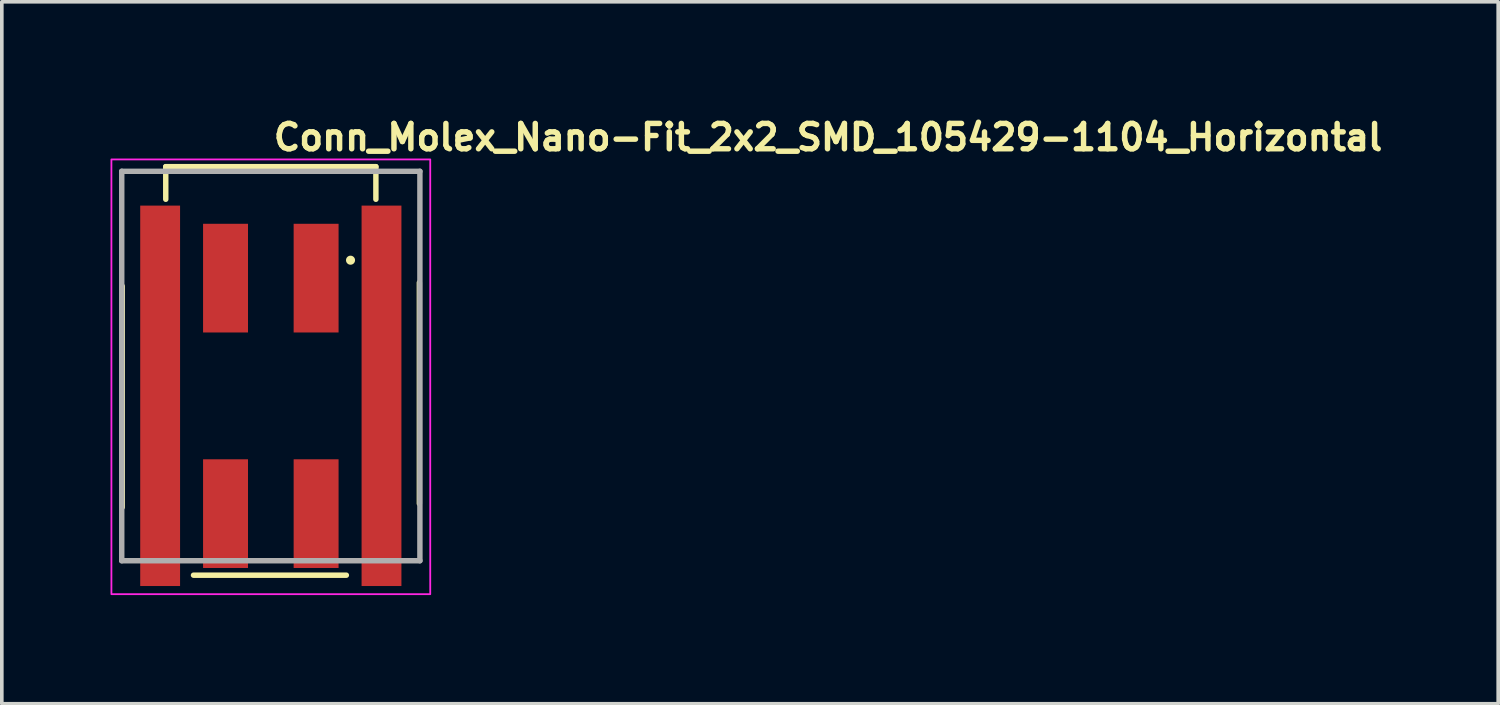
<source format=kicad_pcb>
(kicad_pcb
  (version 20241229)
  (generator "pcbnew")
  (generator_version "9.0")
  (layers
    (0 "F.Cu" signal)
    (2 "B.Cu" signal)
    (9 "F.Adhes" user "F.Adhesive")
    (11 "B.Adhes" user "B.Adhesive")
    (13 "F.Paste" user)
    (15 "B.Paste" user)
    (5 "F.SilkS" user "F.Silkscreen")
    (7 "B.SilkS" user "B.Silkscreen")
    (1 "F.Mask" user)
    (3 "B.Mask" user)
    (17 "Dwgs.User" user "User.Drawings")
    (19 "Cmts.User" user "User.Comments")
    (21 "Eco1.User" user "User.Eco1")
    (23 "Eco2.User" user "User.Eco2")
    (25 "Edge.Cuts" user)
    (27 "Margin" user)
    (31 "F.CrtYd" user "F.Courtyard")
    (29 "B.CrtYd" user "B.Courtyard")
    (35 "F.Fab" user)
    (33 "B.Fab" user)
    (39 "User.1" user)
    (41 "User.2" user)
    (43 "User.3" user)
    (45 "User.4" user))
  (footprint "Conn_Molex_Nano-Fit_2x2_SMD_105429-1104_Horizontal"
    (layer "F.Cu")
    (at 4.425 7.85)
    (property "Reference" "Conn_Molex_Nano-Fit_2x2_SMD_105429-1104_Horizontal" (at 0 -6.7 0) (layer "F.SilkS") (effects (font (size 0.7 0.7) (thickness 0.15)) (justify left bottom)))
    (attr smd)
    (fp_line (start -4.1 3.1) (end -4.1 -3) (stroke (width 0.15) (type solid)) (layer "F.SilkS"))
    (fp_line (start -2.9 -6.3) (end -2.9 -5.4) (stroke (width 0.15) (type solid)) (layer "F.SilkS"))
    (fp_line (start 2.085 4.976) (end -2.134 4.976) (stroke (width 0.15) (type solid)) (layer "F.SilkS"))
    (fp_line (start 2.9 -6.3) (end -2.9 -6.3) (stroke (width 0.15) (type solid)) (layer "F.SilkS"))
    (fp_line (start 2.9 -6.3) (end 2.9 -5.4) (stroke (width 0.15) (type solid)) (layer "F.SilkS"))
    (fp_line (start 4.1 -3.1) (end 4.1 3) (stroke (width 0.15) (type solid)) (layer "F.SilkS"))
    (fp_circle (center 2.2 -3.718) (end 2.25 -3.718) (stroke (width 0.15) (type solid)) (fill yes) (layer "F.SilkS"))
    (fp_rect (start -4.4 -6.5) (end 4.4 5.5) (stroke (width 0.05) (type solid)) (fill no) (layer "F.CrtYd"))
    (fp_line (start -4.115 -6.172) (end 4.115 -6.172) (stroke (width 0.15) (type solid)) (layer "F.Fab"))
    (fp_line (start -4.115 4.577) (end -4.115 -6.172) (stroke (width 0.15) (type solid)) (layer "F.Fab"))
    (fp_line (start 4.115 -6.172) (end 4.115 4.577) (stroke (width 0.15) (type solid)) (layer "F.Fab"))
    (fp_line (start 4.115 4.577) (end -4.115 4.577) (stroke (width 0.15) (type solid)) (layer "F.Fab"))
    (fp_rect (start -4.115 -6.198) (end 4.115 5.251) (stroke (width 0.1) (type solid)) (fill no) (layer "User.5"))
    (fp_line (start -4.115 -2.988) (end -4.115 -1.737) (stroke (width 0.02) (type solid)) (layer "User.9"))
    (fp_line (start -4.115 -1.737) (end -3 -1.737) (stroke (width 0.02) (type solid)) (layer "User.9"))
    (fp_line (start -4.115 1.742) (end -4.115 -1.737) (stroke (width 0.02) (type solid)) (layer "User.9"))
    (fp_line (start -4.115 1.742) (end -3 1.742) (stroke (width 0.02) (type solid)) (layer "User.9"))
    (fp_line (start -4.115 2.992) (end -4.115 1.742) (stroke (width 0.02) (type solid)) (layer "User.9"))
    (fp_line (start -3.605 -5.248) (end -2.799 -5.248) (stroke (width 0.02) (type solid)) (layer "User.9"))
    (fp_line (start -3.605 -2.988) (end -3.605 -5.248) (stroke (width 0.02) (type solid)) (layer "User.9"))
    (fp_line (start -3.605 5.251) (end -3.605 2.992) (stroke (width 0.02) (type solid)) (layer "User.9"))
    (fp_line (start -3.305 -4.548) (end -3.305 -4.348) (stroke (width 0.02) (type solid)) (layer "User.9"))
    (fp_line (start -3.305 -4.548) (end -2.805 -4.548) (stroke (width 0.02) (type solid)) (layer "User.9"))
    (fp_line (start -3.305 -4.348) (end -3.305 -2.988) (stroke (width 0.02) (type solid)) (layer "User.9"))
    (fp_line (start -3.305 2.992) (end -3.305 4.352) (stroke (width 0.02) (type solid)) (layer "User.9"))
    (fp_line (start -3.305 4.352) (end -3.305 4.551) (stroke (width 0.02) (type solid)) (layer "User.9"))
    (fp_line (start -3.305 4.551) (end -2.805 4.551) (stroke (width 0.02) (type solid)) (layer "User.9"))
    (fp_line (start -3 -2.988) (end -4.115 -2.988) (stroke (width 0.02) (type solid)) (layer "User.9"))
    (fp_line (start -3 -2.988) (end -2.799 -2.988) (stroke (width 0.02) (type solid)) (layer "User.9"))
    (fp_line (start -3 -1.737) (end -3 -2.988) (stroke (width 0.02) (type solid)) (layer "User.9"))
    (fp_line (start -3 2.992) (end -4.115 2.992) (stroke (width 0.02) (type solid)) (layer "User.9"))
    (fp_line (start -3 2.992) (end -3 1.742) (stroke (width 0.02) (type solid)) (layer "User.9"))
    (fp_line (start -3 2.992) (end 3 2.992) (stroke (width 0.02) (type solid)) (layer "User.9"))
    (fp_line (start -2.805 -4.548) (end -2.805 -4.348) (stroke (width 0.02) (type solid)) (layer "User.9"))
    (fp_line (start -2.805 -4.348) (end -2.805 -2.988) (stroke (width 0.02) (type solid)) (layer "User.9"))
    (fp_line (start -2.805 2.992) (end -2.805 4.352) (stroke (width 0.02) (type solid)) (layer "User.9"))
    (fp_line (start -2.805 4.352) (end -2.805 4.551) (stroke (width 0.02) (type solid)) (layer "User.9"))
    (fp_line (start -2.799 -6.198) (end -2.799 -4.998) (stroke (width 0.02) (type solid)) (layer "User.9"))
    (fp_line (start -2.799 -6.198) (end 2.799 -6.198) (stroke (width 0.02) (type solid)) (layer "User.9"))
    (fp_line (start -2.799 -4.998) (end -2.799 -3.538) (stroke (width 0.02) (type solid)) (layer "User.9"))
    (fp_line (start -2.799 -4.998) (end -2.3 -4.998) (stroke (width 0.02) (type solid)) (layer "User.9"))
    (fp_line (start -2.799 -3.538) (end -2.799 -2.988) (stroke (width 0.02) (type solid)) (layer "User.9"))
    (fp_line (start -2.799 -3.538) (end -2.3 -3.538) (stroke (width 0.02) (type solid)) (layer "User.9"))
    (fp_line (start -2.505 2.992) (end -2.505 5.251) (stroke (width 0.02) (type solid)) (layer "User.9"))
    (fp_line (start -2.505 5.251) (end -3.605 5.251) (stroke (width 0.02) (type solid)) (layer "User.9"))
    (fp_line (start -2.36 -0.153) (end -2.36 -2.343) (stroke (width 0.02) (type solid)) (layer "User.9"))
    (fp_line (start -2.36 -0.153) (end -0.14 -0.153) (stroke (width 0.02) (type solid)) (layer "User.9"))
    (fp_line (start -2.36 2.347) (end -2.36 0.157) (stroke (width 0.02) (type solid)) (layer "User.9"))
    (fp_line (start -2.3 -3.538) (end -2.3 -4.998) (stroke (width 0.02) (type solid)) (layer "User.9"))
    (fp_line (start -2.3 -2.343) (end -2.36 -2.343) (stroke (width 0.02) (type solid)) (layer "User.9"))
    (fp_line (start -2.3 -2.343) (end -2.3 -3.538) (stroke (width 0.02) (type solid)) (layer "User.9"))
    (fp_line (start -1.87 -4.748) (end -0.63 -4.748) (stroke (width 0.02) (type solid)) (layer "User.9"))
    (fp_line (start -1.87 -2.988) (end -1.87 -4.748) (stroke (width 0.02) (type solid)) (layer "User.9"))
    (fp_line (start -1.87 4.751) (end -1.87 2.992) (stroke (width 0.02) (type solid)) (layer "User.9"))
    (fp_line (start -1.567 -4.248) (end -1.567 -4.047) (stroke (width 0.02) (type solid)) (layer "User.9"))
    (fp_line (start -1.567 -4.248) (end -0.932 -4.248) (stroke (width 0.02) (type solid)) (layer "User.9"))
    (fp_line (start -1.567 -4.047) (end -1.567 -2.988) (stroke (width 0.02) (type solid)) (layer "User.9"))
    (fp_line (start -1.567 -1.57) (end -1.417 -1.37) (stroke (width 0.02) (type solid)) (layer "User.9"))
    (fp_line (start -1.567 -1.57) (end -0.932 -1.57) (stroke (width 0.02) (type solid)) (layer "User.9"))
    (fp_line (start -1.567 -0.93) (end -1.567 -1.57) (stroke (width 0.02) (type solid)) (layer "User.9"))
    (fp_line (start -1.567 -0.93) (end -0.932 -0.93) (stroke (width 0.02) (type solid)) (layer "User.9"))
    (fp_line (start -1.567 0.934) (end -1.417 1.134) (stroke (width 0.02) (type solid)) (layer "User.9"))
    (fp_line (start -1.567 0.934) (end -0.932 0.934) (stroke (width 0.02) (type solid)) (layer "User.9"))
    (fp_line (start -1.567 1.574) (end -1.567 0.934) (stroke (width 0.02) (type solid)) (layer "User.9"))
    (fp_line (start -1.567 1.574) (end -0.932 1.574) (stroke (width 0.02) (type solid)) (layer "User.9"))
    (fp_line (start -1.567 2.992) (end -1.567 4.051) (stroke (width 0.02) (type solid)) (layer "User.9"))
    (fp_line (start -1.567 4.051) (end -1.567 4.252) (stroke (width 0.02) (type solid)) (layer "User.9"))
    (fp_line (start -1.567 4.252) (end -0.932 4.252) (stroke (width 0.02) (type solid)) (layer "User.9"))
    (fp_line (start -1.417 -1.37) (end -1.082 -1.37) (stroke (width 0.02) (type solid)) (layer "User.9"))
    (fp_line (start -1.417 -1.13) (end -1.567 -0.93) (stroke (width 0.02) (type solid)) (layer "User.9"))
    (fp_line (start -1.417 -1.13) (end -1.417 -1.37) (stroke (width 0.02) (type solid)) (layer "User.9"))
    (fp_line (start -1.417 -1.13) (end -1.082 -1.13) (stroke (width 0.02) (type solid)) (layer "User.9"))
    (fp_line (start -1.417 1.134) (end -1.082 1.134) (stroke (width 0.02) (type solid)) (layer "User.9"))
    (fp_line (start -1.417 1.374) (end -1.567 1.574) (stroke (width 0.02) (type solid)) (layer "User.9"))
    (fp_line (start -1.417 1.374) (end -1.417 1.134) (stroke (width 0.02) (type solid)) (layer "User.9"))
    (fp_line (start -1.417 1.374) (end -1.082 1.374) (stroke (width 0.02) (type solid)) (layer "User.9"))
    (fp_line (start -1.33 -2.643) (end 1.33 -2.643) (stroke (width 0.02) (type solid)) (layer "User.9"))
    (fp_line (start -1.33 -2.343) (end -1.33 -2.643) (stroke (width 0.02) (type solid)) (layer "User.9"))
    (fp_line (start -1.082 -1.37) (end -1.082 -1.13) (stroke (width 0.02) (type solid)) (layer "User.9"))
    (fp_line (start -1.082 -1.37) (end -0.932 -1.57) (stroke (width 0.02) (type solid)) (layer "User.9"))
    (fp_line (start -1.082 1.134) (end -1.082 1.374) (stroke (width 0.02) (type solid)) (layer "User.9"))
    (fp_line (start -1.082 1.134) (end -0.932 0.934) (stroke (width 0.02) (type solid)) (layer "User.9"))
    (fp_line (start -0.932 -4.248) (end -0.932 -4.047) (stroke (width 0.02) (type solid)) (layer "User.9"))
    (fp_line (start -0.932 -4.047) (end -0.932 -2.988) (stroke (width 0.02) (type solid)) (layer "User.9"))
    (fp_line (start -0.932 -1.57) (end -0.932 -0.93) (stroke (width 0.02) (type solid)) (layer "User.9"))
    (fp_line (start -0.932 -0.93) (end -1.082 -1.13) (stroke (width 0.02) (type solid)) (layer "User.9"))
    (fp_line (start -0.932 0.934) (end -0.932 1.574) (stroke (width 0.02) (type solid)) (layer "User.9"))
    (fp_line (start -0.932 1.574) (end -1.082 1.374) (stroke (width 0.02) (type solid)) (layer "User.9"))
    (fp_line (start -0.932 2.992) (end -0.932 4.051) (stroke (width 0.02) (type solid)) (layer "User.9"))
    (fp_line (start -0.932 4.051) (end -0.932 4.252) (stroke (width 0.02) (type solid)) (layer "User.9"))
    (fp_line (start -0.63 -4.748) (end -0.63 -2.988) (stroke (width 0.02) (type solid)) (layer "User.9"))
    (fp_line (start -0.63 2.992) (end -0.63 4.751) (stroke (width 0.02) (type solid)) (layer "User.9"))
    (fp_line (start -0.63 4.751) (end -1.87 4.751) (stroke (width 0.02) (type solid)) (layer "User.9"))
    (fp_line (start -0.14 -2.343) (end -1.33 -2.343) (stroke (width 0.02) (type solid)) (layer "User.9"))
    (fp_line (start -0.14 -0.153) (end -0.14 -2.343) (stroke (width 0.02) (type solid)) (layer "User.9"))
    (fp_line (start -0.14 0.157) (end -2.36 0.157) (stroke (width 0.02) (type solid)) (layer "User.9"))
    (fp_line (start -0.14 2.347) (end -2.36 2.347) (stroke (width 0.02) (type solid)) (layer "User.9"))
    (fp_line (start -0.14 2.347) (end -0.14 0.157) (stroke (width 0.02) (type solid)) (layer "User.9"))
    (fp_line (start 0.14 -0.153) (end 0.14 -2.343) (stroke (width 0.02) (type solid)) (layer "User.9"))
    (fp_line (start 0.14 2.347) (end 0.14 0.157) (stroke (width 0.02) (type solid)) (layer "User.9"))
    (fp_line (start 0.63 -4.748) (end 1.87 -4.748) (stroke (width 0.02) (type solid)) (layer "User.9"))
    (fp_line (start 0.63 -2.988) (end 0.63 -4.748) (stroke (width 0.02) (type solid)) (layer "User.9"))
    (fp_line (start 0.63 4.751) (end 0.63 2.992) (stroke (width 0.02) (type solid)) (layer "User.9"))
    (fp_line (start 0.932 -4.248) (end 0.932 -4.047) (stroke (width 0.02) (type solid)) (layer "User.9"))
    (fp_line (start 0.932 -4.248) (end 1.567 -4.248) (stroke (width 0.02) (type solid)) (layer "User.9"))
    (fp_line (start 0.932 -4.047) (end 0.932 -2.988) (stroke (width 0.02) (type solid)) (layer "User.9"))
    (fp_line (start 0.932 -1.57) (end 1.082 -1.37) (stroke (width 0.02) (type solid)) (layer "User.9"))
    (fp_line (start 0.932 -1.57) (end 1.567 -1.57) (stroke (width 0.02) (type solid)) (layer "User.9"))
    (fp_line (start 0.932 -0.93) (end 0.932 -1.57) (stroke (width 0.02) (type solid)) (layer "User.9"))
    (fp_line (start 0.932 -0.93) (end 1.567 -0.93) (stroke (width 0.02) (type solid)) (layer "User.9"))
    (fp_line (start 0.932 0.934) (end 1.082 1.134) (stroke (width 0.02) (type solid)) (layer "User.9"))
    (fp_line (start 0.932 0.934) (end 1.567 0.934) (stroke (width 0.02) (type solid)) (layer "User.9"))
    (fp_line (start 0.932 1.574) (end 0.932 0.934) (stroke (width 0.02) (type solid)) (layer "User.9"))
    (fp_line (start 0.932 1.574) (end 1.567 1.574) (stroke (width 0.02) (type solid)) (layer "User.9"))
    (fp_line (start 0.932 2.992) (end 0.932 4.051) (stroke (width 0.02) (type solid)) (layer "User.9"))
    (fp_line (start 0.932 4.051) (end 0.932 4.252) (stroke (width 0.02) (type solid)) (layer "User.9"))
    (fp_line (start 0.932 4.252) (end 1.567 4.252) (stroke (width 0.02) (type solid)) (layer "User.9"))
    (fp_line (start 1.065 -0.153) (end 0.14 -0.153) (stroke (width 0.02) (type solid)) (layer "User.9"))
    (fp_line (start 1.065 0.157) (end 0.14 0.157) (stroke (width 0.02) (type solid)) (layer "User.9"))
    (fp_line (start 1.065 0.157) (end 1.065 -0.153) (stroke (width 0.02) (type solid)) (layer "User.9"))
    (fp_line (start 1.082 -1.37) (end 1.417 -1.37) (stroke (width 0.02) (type solid)) (layer "User.9"))
    (fp_line (start 1.082 -1.13) (end 0.932 -0.93) (stroke (width 0.02) (type solid)) (layer "User.9"))
    (fp_line (start 1.082 -1.13) (end 1.082 -1.37) (stroke (width 0.02) (type solid)) (layer "User.9"))
    (fp_line (start 1.082 -1.13) (end 1.417 -1.13) (stroke (width 0.02) (type solid)) (layer "User.9"))
    (fp_line (start 1.082 1.134) (end 1.417 1.134) (stroke (width 0.02) (type solid)) (layer "User.9"))
    (fp_line (start 1.082 1.374) (end 0.932 1.574) (stroke (width 0.02) (type solid)) (layer "User.9"))
    (fp_line (start 1.082 1.374) (end 1.082 1.134) (stroke (width 0.02) (type solid)) (layer "User.9"))
    (fp_line (start 1.082 1.374) (end 1.417 1.374) (stroke (width 0.02) (type solid)) (layer "User.9"))
    (fp_line (start 1.33 -2.643) (end 1.33 -2.343) (stroke (width 0.02) (type solid)) (layer "User.9"))
    (fp_line (start 1.33 -2.343) (end 0.14 -2.343) (stroke (width 0.02) (type solid)) (layer "User.9"))
    (fp_line (start 1.417 -1.37) (end 1.417 -1.13) (stroke (width 0.02) (type solid)) (layer "User.9"))
    (fp_line (start 1.417 -1.37) (end 1.567 -1.57) (stroke (width 0.02) (type solid)) (layer "User.9"))
    (fp_line (start 1.417 1.134) (end 1.417 1.374) (stroke (width 0.02) (type solid)) (layer "User.9"))
    (fp_line (start 1.417 1.134) (end 1.567 0.934) (stroke (width 0.02) (type solid)) (layer "User.9"))
    (fp_line (start 1.567 -4.248) (end 1.567 -4.047) (stroke (width 0.02) (type solid)) (layer "User.9"))
    (fp_line (start 1.567 -4.047) (end 1.567 -2.988) (stroke (width 0.02) (type solid)) (layer "User.9"))
    (fp_line (start 1.567 -1.57) (end 1.567 -0.93) (stroke (width 0.02) (type solid)) (layer "User.9"))
    (fp_line (start 1.567 -0.93) (end 1.417 -1.13) (stroke (width 0.02) (type solid)) (layer "User.9"))
    (fp_line (start 1.567 0.934) (end 1.567 1.574) (stroke (width 0.02) (type solid)) (layer "User.9"))
    (fp_line (start 1.567 1.574) (end 1.417 1.374) (stroke (width 0.02) (type solid)) (layer "User.9"))
    (fp_line (start 1.567 2.992) (end 1.567 4.051) (stroke (width 0.02) (type solid)) (layer "User.9"))
    (fp_line (start 1.567 4.051) (end 1.567 4.252) (stroke (width 0.02) (type solid)) (layer "User.9"))
    (fp_line (start 1.665 -0.153) (end 1.065 -0.153) (stroke (width 0.02) (type solid)) (layer "User.9"))
    (fp_line (start 1.665 -0.153) (end 1.665 0.157) (stroke (width 0.02) (type solid)) (layer "User.9"))
    (fp_line (start 1.665 0.157) (end 1.065 0.157) (stroke (width 0.02) (type solid)) (layer "User.9"))
    (fp_line (start 1.87 -4.748) (end 1.87 -2.988) (stroke (width 0.02) (type solid)) (layer "User.9"))
    (fp_line (start 1.87 2.992) (end 1.87 4.751) (stroke (width 0.02) (type solid)) (layer "User.9"))
    (fp_line (start 1.87 4.751) (end 0.63 4.751) (stroke (width 0.02) (type solid)) (layer "User.9"))
    (fp_line (start 2.3 -4.998) (end -2.3 -4.998) (stroke (width 0.02) (type solid)) (layer "User.9"))
    (fp_line (start 2.3 -4.998) (end 2.799 -4.998) (stroke (width 0.02) (type solid)) (layer "User.9"))
    (fp_line (start 2.3 -3.538) (end 2.3 -4.998) (stroke (width 0.02) (type solid)) (layer "User.9"))
    (fp_line (start 2.3 -3.538) (end 2.3 -2.343) (stroke (width 0.02) (type solid)) (layer "User.9"))
    (fp_line (start 2.3 -3.538) (end 2.799 -3.538) (stroke (width 0.02) (type solid)) (layer "User.9"))
    (fp_line (start 2.3 -2.988) (end -2.3 -2.988) (stroke (width 0.02) (type solid)) (layer "User.9"))
    (fp_line (start 2.36 -2.343) (end 2.3 -2.343) (stroke (width 0.02) (type solid)) (layer "User.9"))
    (fp_line (start 2.36 -2.343) (end 2.36 2.347) (stroke (width 0.02) (type solid)) (layer "User.9"))
    (fp_line (start 2.36 -0.153) (end 1.665 -0.153) (stroke (width 0.02) (type solid)) (layer "User.9"))
    (fp_line (start 2.36 0.157) (end 1.665 0.157) (stroke (width 0.02) (type solid)) (layer "User.9"))
    (fp_line (start 2.36 2.347) (end 0.14 2.347) (stroke (width 0.02) (type solid)) (layer "User.9"))
    (fp_line (start 2.505 5.251) (end 2.505 2.992) (stroke (width 0.02) (type solid)) (layer "User.9"))
    (fp_line (start 2.799 -6.198) (end 2.799 -4.998) (stroke (width 0.02) (type solid)) (layer "User.9"))
    (fp_line (start 2.799 -5.248) (end 3.605 -5.248) (stroke (width 0.02) (type solid)) (layer "User.9"))
    (fp_line (start 2.799 -4.998) (end 2.799 -3.538) (stroke (width 0.02) (type solid)) (layer "User.9"))
    (fp_line (start 2.799 -3.538) (end 2.799 -2.988) (stroke (width 0.02) (type solid)) (layer "User.9"))
    (fp_line (start 2.799 -2.988) (end 3 -2.988) (stroke (width 0.02) (type solid)) (layer "User.9"))
    (fp_line (start 2.805 -4.548) (end 2.805 -4.348) (stroke (width 0.02) (type solid)) (layer "User.9"))
    (fp_line (start 2.805 -4.348) (end 2.805 -2.988) (stroke (width 0.02) (type solid)) (layer "User.9"))
    (fp_line (start 2.805 2.992) (end 2.805 4.352) (stroke (width 0.02) (type solid)) (layer "User.9"))
    (fp_line (start 2.805 4.352) (end 2.805 4.551) (stroke (width 0.02) (type solid)) (layer "User.9"))
    (fp_line (start 3 -1.737) (end 3 -2.988) (stroke (width 0.02) (type solid)) (layer "User.9"))
    (fp_line (start 3 -1.737) (end 4.115 -1.737) (stroke (width 0.02) (type solid)) (layer "User.9"))
    (fp_line (start 3 1.742) (end 4.115 1.742) (stroke (width 0.02) (type solid)) (layer "User.9"))
    (fp_line (start 3 2.992) (end 3 1.742) (stroke (width 0.02) (type solid)) (layer "User.9"))
    (fp_line (start 3.305 -4.548) (end 2.805 -4.548) (stroke (width 0.02) (type solid)) (layer "User.9"))
    (fp_line (start 3.305 -4.548) (end 3.305 -4.348) (stroke (width 0.02) (type solid)) (layer "User.9"))
    (fp_line (start 3.305 -4.348) (end 3.305 -2.988) (stroke (width 0.02) (type solid)) (layer "User.9"))
    (fp_line (start 3.305 2.992) (end 3.305 4.352) (stroke (width 0.02) (type solid)) (layer "User.9"))
    (fp_line (start 3.305 4.352) (end 3.305 4.551) (stroke (width 0.02) (type solid)) (layer "User.9"))
    (fp_line (start 3.305 4.551) (end 2.805 4.551) (stroke (width 0.02) (type solid)) (layer "User.9"))
    (fp_line (start 3.605 -5.248) (end 3.605 -2.988) (stroke (width 0.02) (type solid)) (layer "User.9"))
    (fp_line (start 3.605 2.992) (end 3.605 5.251) (stroke (width 0.02) (type solid)) (layer "User.9"))
    (fp_line (start 3.605 5.251) (end 2.505 5.251) (stroke (width 0.02) (type solid)) (layer "User.9"))
    (fp_line (start 4.115 -2.988) (end 3 -2.988) (stroke (width 0.02) (type solid)) (layer "User.9"))
    (fp_line (start 4.115 -2.988) (end 4.115 -1.737) (stroke (width 0.02) (type solid)) (layer "User.9"))
    (fp_line (start 4.115 1.742) (end 4.115 -1.737) (stroke (width 0.02) (type solid)) (layer "User.9"))
    (fp_line (start 4.115 2.992) (end 3 2.992) (stroke (width 0.02) (type solid)) (layer "User.9"))
    (fp_line (start 4.115 2.992) (end 4.115 1.742) (stroke (width 0.02) (type solid)) (layer "User.9"))
    (pad "1" smd rect (at 1.25 -3.223) (size 1.24 3) (layers "F.Cu" "F.Mask" "F.Paste"))
    (pad "2" smd rect (at -1.25 -3.223) (size 1.24 3) (layers "F.Cu" "F.Mask" "F.Paste"))
    (pad "3" smd rect (at 1.25 3.277) (size 1.24 3) (layers "F.Cu" "F.Mask" "F.Paste"))
    (pad "4" smd rect (at -1.25 3.277) (size 1.24 3) (layers "F.Cu" "F.Mask" "F.Paste"))
    (pad "SH" smd rect (at -3.055 0.025) (size 1.1 10.5) (layers "F.Cu" "F.Mask" "F.Paste"))
    (pad "SH" smd rect (at 3.055 0.025) (size 1.1 10.5) (layers "F.Cu" "F.Mask" "F.Paste")))
  (gr_rect
    (start -3 -3)
    (end 38.302 16.375)
    (stroke (width 0.1) (type default))
    (fill no)
    (layer "Edge.Cuts")))
</source>
